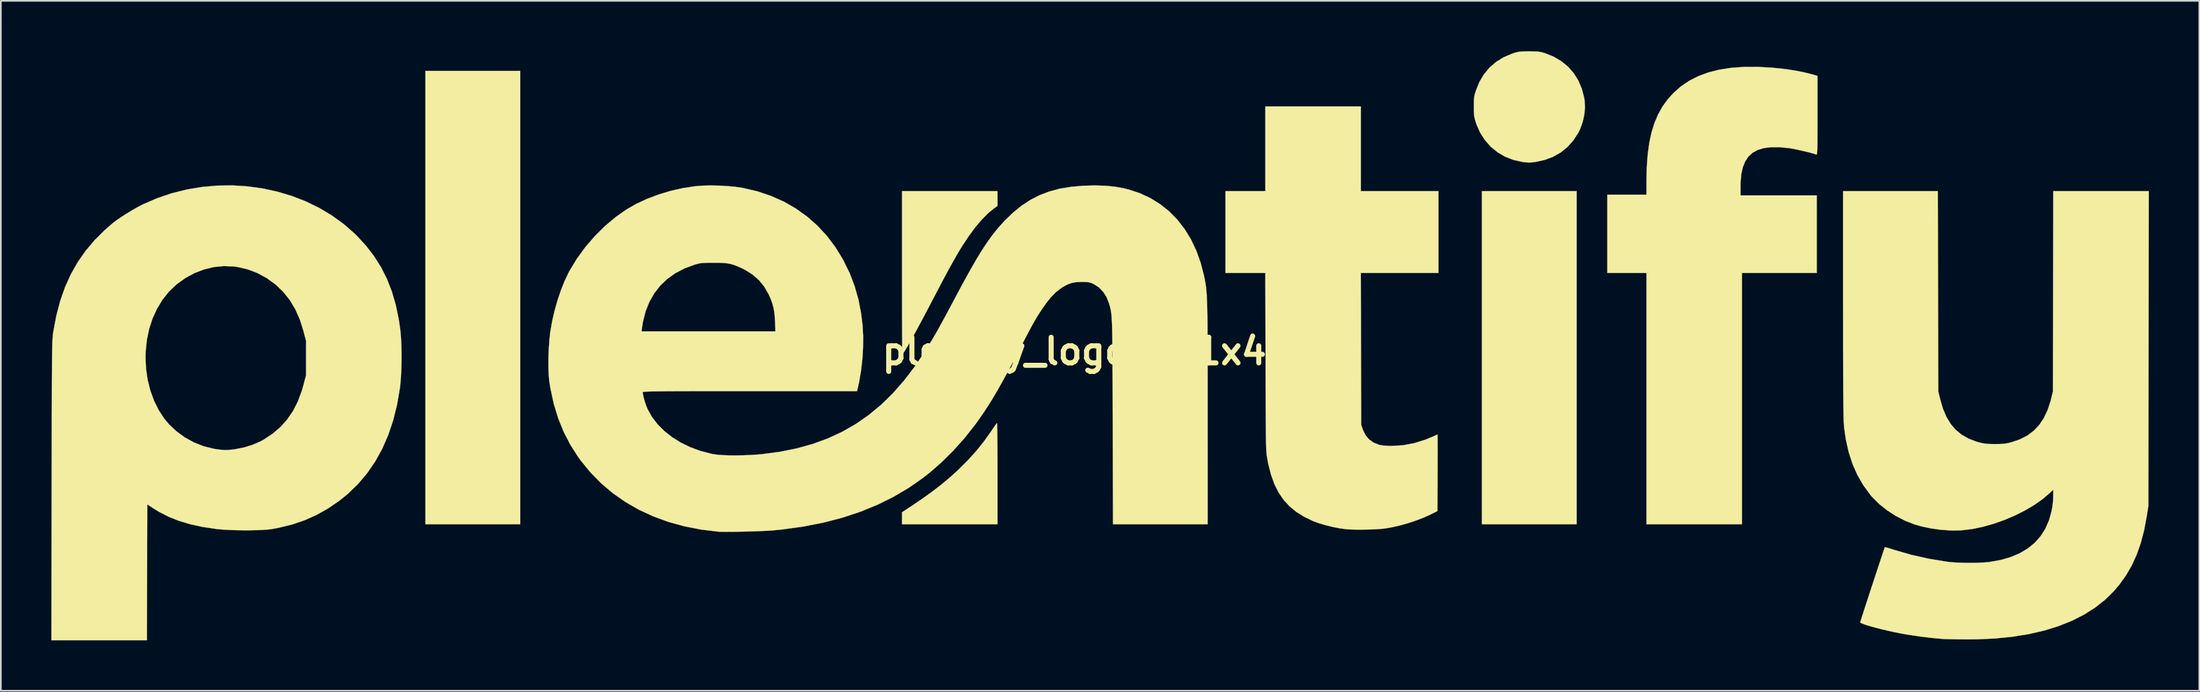
<source format=kicad_pcb>
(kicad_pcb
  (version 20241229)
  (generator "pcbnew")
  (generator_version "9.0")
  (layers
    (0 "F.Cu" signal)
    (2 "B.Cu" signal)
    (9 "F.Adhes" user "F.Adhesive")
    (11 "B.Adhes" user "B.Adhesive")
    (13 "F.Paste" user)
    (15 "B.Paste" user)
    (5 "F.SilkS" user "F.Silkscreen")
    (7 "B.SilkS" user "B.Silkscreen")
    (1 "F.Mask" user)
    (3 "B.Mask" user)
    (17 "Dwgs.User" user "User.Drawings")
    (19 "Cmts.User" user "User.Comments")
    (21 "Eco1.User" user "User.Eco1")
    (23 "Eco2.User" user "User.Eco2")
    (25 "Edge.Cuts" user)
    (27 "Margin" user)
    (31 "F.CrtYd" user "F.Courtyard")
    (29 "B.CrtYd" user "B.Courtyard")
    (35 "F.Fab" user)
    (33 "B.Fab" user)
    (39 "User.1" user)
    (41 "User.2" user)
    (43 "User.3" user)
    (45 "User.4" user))
  (footprint "plentify_logo_131x42"
    (layer "F.Cu")
    (at 61.518 17.845)
    (property "Reference" "plentify_logo_131x42" (at 0 0 0) (layer "F.SilkS") (effects (font (size 1.524 1.524) (thickness 0.3))))
    (attr through_hole)
    (fp_poly (pts (xy -33.655 10.287) (xy -39.285 10.287) (xy -39.285 -16.679) (xy -33.655 -16.679) (xy -33.655 10.287)) (stroke (width 0.01) (type solid)) (fill yes) (layer "F.SilkS"))
    (fp_poly (pts (xy 29.125 10.287) (xy 23.495 10.287) (xy 23.495 -9.525) (xy 29.125 -9.525) (xy 29.125 10.287)) (stroke (width 0.01) (type solid)) (fill yes) (layer "F.SilkS"))
    (fp_poly (pts (xy -5.318 4.317) (xy -5.313 4.436) (xy -5.309 4.627) (xy -5.304 4.881) (xy -5.301 5.194) (xy -5.297 5.558) (xy -5.295 5.965) (xy -5.293 6.411) (xy -5.292 6.887) (xy -5.292 7.281) (xy -5.292 10.287) (xy -10.964 10.287) (xy -10.964 9.575) (xy -10.415 9.213) (xy -9.775 8.78) (xy -9.2 8.368) (xy -8.677 7.966) (xy -8.192 7.564) (xy -7.733 7.152) (xy -7.572 6.999) (xy -7.02 6.446) (xy -6.531 5.903) (xy -6.09 5.352) (xy -5.679 4.774) (xy -5.567 4.604) (xy -5.471 4.46) (xy -5.39 4.349) (xy -5.336 4.285) (xy -5.323 4.276) (xy -5.318 4.317)) (stroke (width 0.01) (type solid)) (fill yes) (layer "F.SilkS"))
    (fp_poly (pts (xy -5.292 -8.65) (xy -5.488 -8.51) (xy -5.847 -8.216) (xy -6.219 -7.841) (xy -6.601 -7.39) (xy -6.99 -6.865) (xy -7.385 -6.269) (xy -7.543 -6.011) (xy -7.687 -5.77) (xy -7.84 -5.503) (xy -8.008 -5.205) (xy -8.193 -4.867) (xy -8.4 -4.482) (xy -8.634 -4.042) (xy -8.897 -3.54) (xy -9.139 -3.078) (xy -9.431 -2.519) (xy -9.704 -2.002) (xy -9.955 -1.532) (xy -10.183 -1.111) (xy -10.385 -0.743) (xy -10.56 -0.432) (xy -10.706 -0.182) (xy -10.819 0.004) (xy -10.9 0.122) (xy -10.944 0.169) (xy -10.947 0.169) (xy -10.949 0.128) (xy -10.951 0.007) (xy -10.953 -0.188) (xy -10.955 -0.452) (xy -10.957 -0.779) (xy -10.959 -1.164) (xy -10.96 -1.602) (xy -10.962 -2.088) (xy -10.963 -2.616) (xy -10.963 -3.181) (xy -10.964 -3.778) (xy -10.964 -4.401) (xy -10.964 -4.678) (xy -10.964 -9.525) (xy -5.292 -9.525) (xy -5.292 -8.65)) (stroke (width 0.01) (type solid)) (fill yes) (layer "F.SilkS"))
    (fp_poly (pts (xy 26.31 -17.84) (xy 26.56 -17.838) (xy 26.748 -17.831) (xy 26.898 -17.816) (xy 27.033 -17.79) (xy 27.176 -17.75) (xy 27.263 -17.722) (xy 27.773 -17.516) (xy 28.227 -17.246) (xy 28.623 -16.917) (xy 28.958 -16.531) (xy 29.23 -16.092) (xy 29.435 -15.603) (xy 29.572 -15.066) (xy 29.598 -14.903) (xy 29.619 -14.505) (xy 29.579 -14.077) (xy 29.483 -13.645) (xy 29.336 -13.232) (xy 29.221 -12.996) (xy 28.926 -12.542) (xy 28.578 -12.152) (xy 28.176 -11.828) (xy 27.724 -11.571) (xy 27.222 -11.382) (xy 26.683 -11.264) (xy 26.48 -11.237) (xy 26.318 -11.226) (xy 26.16 -11.232) (xy 25.969 -11.254) (xy 25.896 -11.265) (xy 25.366 -11.383) (xy 24.875 -11.574) (xy 24.427 -11.835) (xy 24.028 -12.16) (xy 23.684 -12.545) (xy 23.398 -12.986) (xy 23.178 -13.478) (xy 23.128 -13.626) (xy 23.079 -13.79) (xy 23.047 -13.932) (xy 23.027 -14.078) (xy 23.017 -14.252) (xy 23.014 -14.479) (xy 23.014 -14.563) (xy 23.016 -14.809) (xy 23.024 -14.995) (xy 23.041 -15.145) (xy 23.069 -15.284) (xy 23.113 -15.435) (xy 23.132 -15.494) (xy 23.34 -16.01) (xy 23.61 -16.468) (xy 23.94 -16.868) (xy 24.331 -17.208) (xy 24.78 -17.486) (xy 25.287 -17.703) (xy 25.4 -17.741) (xy 25.546 -17.783) (xy 25.683 -17.812) (xy 25.834 -17.829) (xy 26.02 -17.838) (xy 26.266 -17.84) (xy 26.31 -17.84)) (stroke (width 0.01) (type solid)) (fill yes) (layer "F.SilkS"))
    (fp_poly (pts (xy 40.774 -16.866) (xy 41.19 -16.826) (xy 41.671 -16.766) (xy 42.155 -16.688) (xy 42.617 -16.596) (xy 43.034 -16.496) (xy 43.296 -16.42) (xy 43.434 -16.376) (xy 43.434 -14.026) (xy 43.434 -13.52) (xy 43.433 -13.092) (xy 43.432 -12.736) (xy 43.43 -12.446) (xy 43.428 -12.214) (xy 43.424 -12.035) (xy 43.418 -11.902) (xy 43.411 -11.809) (xy 43.402 -11.749) (xy 43.392 -11.716) (xy 43.379 -11.702) (xy 43.363 -11.703) (xy 43.36 -11.704) (xy 43.226 -11.749) (xy 43.029 -11.805) (xy 42.789 -11.866) (xy 42.526 -11.928) (xy 42.26 -11.987) (xy 42.011 -12.038) (xy 41.799 -12.076) (xy 41.722 -12.087) (xy 41.167 -12.141) (xy 40.678 -12.141) (xy 40.251 -12.087) (xy 39.886 -11.977) (xy 39.58 -11.81) (xy 39.331 -11.582) (xy 39.137 -11.294) (xy 38.996 -10.944) (xy 38.906 -10.529) (xy 38.865 -10.049) (xy 38.862 -9.857) (xy 38.862 -9.271) (xy 43.392 -9.271) (xy 43.392 -4.657) (xy 38.947 -4.657) (xy 38.947 10.287) (xy 33.274 10.287) (xy 33.274 -4.657) (xy 30.946 -4.657) (xy 30.946 -9.313) (xy 33.274 -9.313) (xy 33.274 -10.149) (xy 33.292 -10.967) (xy 33.346 -11.712) (xy 33.439 -12.391) (xy 33.571 -13.01) (xy 33.745 -13.572) (xy 33.961 -14.085) (xy 34.223 -14.553) (xy 34.531 -14.981) (xy 34.881 -15.369) (xy 35.321 -15.757) (xy 35.81 -16.089) (xy 36.35 -16.364) (xy 36.943 -16.584) (xy 37.591 -16.749) (xy 38.296 -16.859) (xy 39.06 -16.915) (xy 39.885 -16.917) (xy 40.774 -16.866)) (stroke (width 0.01) (type solid)) (fill yes) (layer "F.SilkS"))
    (fp_poly (pts (xy 16.298 -9.525) (xy 20.913 -9.525) (xy 20.913 -4.657) (xy 16.297 -4.657) (xy 16.308 -0.138) (xy 16.32 4.381) (xy 16.42 4.666) (xy 16.572 4.982) (xy 16.782 5.236) (xy 17.049 5.429) (xy 17.376 5.561) (xy 17.409 5.57) (xy 17.562 5.597) (xy 17.775 5.618) (xy 18.024 5.629) (xy 18.142 5.63) (xy 18.812 5.589) (xy 19.48 5.463) (xy 20.146 5.253) (xy 20.548 5.086) (xy 20.689 5.022) (xy 20.798 4.975) (xy 20.853 4.954) (xy 20.855 4.953) (xy 20.858 4.994) (xy 20.86 5.112) (xy 20.862 5.299) (xy 20.863 5.548) (xy 20.864 5.85) (xy 20.863 6.199) (xy 20.863 6.585) (xy 20.861 7.003) (xy 20.86 7.228) (xy 20.849 9.504) (xy 20.405 9.725) (xy 20.03 9.894) (xy 19.597 10.06) (xy 19.132 10.215) (xy 18.663 10.349) (xy 18.216 10.454) (xy 18.098 10.477) (xy 17.853 10.52) (xy 17.628 10.551) (xy 17.398 10.574) (xy 17.141 10.589) (xy 16.834 10.6) (xy 16.637 10.604) (xy 16.347 10.607) (xy 16.061 10.607) (xy 15.799 10.602) (xy 15.581 10.595) (xy 15.427 10.584) (xy 15.425 10.584) (xy 15.033 10.529) (xy 14.615 10.446) (xy 14.196 10.343) (xy 13.805 10.226) (xy 13.469 10.102) (xy 13.441 10.091) (xy 12.913 9.834) (xy 12.45 9.541) (xy 12.047 9.206) (xy 11.7 8.825) (xy 11.407 8.391) (xy 11.162 7.899) (xy 10.962 7.344) (xy 10.803 6.721) (xy 10.725 6.308) (xy 10.713 6.236) (xy 10.704 6.157) (xy 10.695 6.067) (xy 10.687 5.96) (xy 10.679 5.831) (xy 10.673 5.677) (xy 10.668 5.492) (xy 10.663 5.271) (xy 10.659 5.01) (xy 10.655 4.705) (xy 10.652 4.349) (xy 10.649 3.939) (xy 10.646 3.47) (xy 10.644 2.937) (xy 10.642 2.335) (xy 10.639 1.66) (xy 10.637 0.906) (xy 10.637 0.603) (xy 10.623 -4.657) (xy 8.255 -4.657) (xy 8.255 -9.525) (xy 10.626 -9.525) (xy 10.626 -14.563) (xy 16.298 -14.563) (xy 16.298 -9.525)) (stroke (width 0.01) (type solid)) (fill yes) (layer "F.SilkS"))
    (fp_poly (pts (xy -49.849 -9.809) (xy -48.954 -9.685) (xy -48.075 -9.493) (xy -47.22 -9.236) (xy -46.392 -8.914) (xy -45.599 -8.527) (xy -44.846 -8.077) (xy -44.14 -7.565) (xy -43.485 -6.991) (xy -43.371 -6.879) (xy -42.82 -6.28) (xy -42.338 -5.655) (xy -41.923 -4.996) (xy -41.572 -4.298) (xy -41.282 -3.554) (xy -41.05 -2.758) (xy -40.873 -1.905) (xy -40.783 -1.291) (xy -40.745 -0.899) (xy -40.72 -0.444) (xy -40.708 0.049) (xy -40.707 0.56) (xy -40.719 1.067) (xy -40.743 1.546) (xy -40.779 1.977) (xy -40.803 2.18) (xy -40.971 3.167) (xy -41.201 4.096) (xy -41.493 4.969) (xy -41.847 5.784) (xy -42.264 6.541) (xy -42.743 7.242) (xy -43.283 7.884) (xy -43.886 8.47) (xy -44.386 8.876) (xy -45.053 9.336) (xy -45.737 9.723) (xy -46.45 10.043) (xy -47.203 10.3) (xy -48.008 10.499) (xy -48.387 10.57) (xy -48.624 10.601) (xy -48.929 10.624) (xy -49.286 10.639) (xy -49.68 10.647) (xy -50.093 10.648) (xy -50.511 10.642) (xy -50.916 10.628) (xy -51.293 10.608) (xy -51.626 10.58) (xy -51.731 10.568) (xy -52.534 10.447) (xy -53.269 10.286) (xy -53.942 10.083) (xy -54.562 9.835) (xy -55.136 9.54) (xy -55.457 9.342) (xy -55.816 9.105) (xy -55.838 17.187) (xy -61.513 17.187) (xy -61.499 8.287) (xy -61.497 7.265) (xy -61.495 6.324) (xy -61.494 5.46) (xy -61.492 4.671) (xy -61.491 3.952) (xy -61.489 3.299) (xy -61.487 2.71) (xy -61.486 2.18) (xy -61.484 1.706) (xy -61.481 1.284) (xy -61.479 0.912) (xy -61.476 0.584) (xy -61.474 0.381) (xy -55.922 0.381) (xy -55.888 1.056) (xy -55.79 1.714) (xy -55.631 2.346) (xy -55.414 2.942) (xy -55.142 3.494) (xy -54.82 3.99) (xy -54.541 4.327) (xy -54.088 4.756) (xy -53.585 5.124) (xy -53.041 5.423) (xy -52.465 5.65) (xy -51.868 5.798) (xy -51.731 5.821) (xy -51.455 5.857) (xy -51.226 5.873) (xy -51.01 5.87) (xy -50.77 5.848) (xy -50.588 5.824) (xy -50.057 5.718) (xy -49.542 5.557) (xy -49.069 5.349) (xy -48.899 5.256) (xy -48.367 4.904) (xy -47.9 4.503) (xy -47.496 4.051) (xy -47.151 3.542) (xy -46.863 2.975) (xy -46.63 2.345) (xy -46.536 2.014) (xy -46.38 1.418) (xy -46.38 -0.614) (xy -46.535 -1.207) (xy -46.745 -1.876) (xy -47.012 -2.483) (xy -47.335 -3.028) (xy -47.716 -3.513) (xy -48.156 -3.94) (xy -48.204 -3.98) (xy -48.722 -4.356) (xy -49.273 -4.654) (xy -49.853 -4.875) (xy -50.457 -5.015) (xy -50.684 -5.046) (xy -51.268 -5.069) (xy -51.852 -5.011) (xy -52.43 -4.874) (xy -52.992 -4.659) (xy -53.53 -4.371) (xy -54.037 -4.011) (xy -54.1 -3.959) (xy -54.536 -3.542) (xy -54.916 -3.063) (xy -55.24 -2.53) (xy -55.504 -1.949) (xy -55.706 -1.325) (xy -55.843 -0.665) (xy -55.913 0.025) (xy -55.922 0.381) (xy -61.474 0.381) (xy -61.473 0.298) (xy -61.469 0.05) (xy -61.465 -0.164) (xy -61.461 -0.347) (xy -61.456 -0.503) (xy -61.45 -0.635) (xy -61.444 -0.747) (xy -61.437 -0.842) (xy -61.43 -0.925) (xy -61.422 -0.999) (xy -61.413 -1.067) (xy -61.404 -1.133) (xy -61.396 -1.185) (xy -61.219 -2.125) (xy -60.988 -3.002) (xy -60.701 -3.821) (xy -60.355 -4.587) (xy -59.947 -5.306) (xy -59.475 -5.982) (xy -58.935 -6.62) (xy -58.326 -7.225) (xy -57.89 -7.604) (xy -57.662 -7.779) (xy -57.377 -7.976) (xy -57.057 -8.183) (xy -56.723 -8.387) (xy -56.394 -8.573) (xy -56.092 -8.73) (xy -56.079 -8.737) (xy -55.234 -9.104) (xy -54.364 -9.399) (xy -53.475 -9.621) (xy -52.574 -9.773) (xy -51.664 -9.854) (xy -50.754 -9.866) (xy -49.849 -9.809)) (stroke (width 0.01) (type solid)) (fill yes) (layer "F.SilkS"))
    (fp_poly (pts (xy 50.6 -3.567) (xy 50.615 2.392) (xy 50.727 2.857) (xy 50.89 3.415) (xy 51.096 3.9) (xy 51.348 4.318) (xy 51.648 4.67) (xy 51.999 4.961) (xy 52.405 5.193) (xy 52.868 5.371) (xy 52.99 5.406) (xy 53.186 5.455) (xy 53.358 5.488) (xy 53.535 5.508) (xy 53.745 5.517) (xy 53.975 5.52) (xy 54.234 5.518) (xy 54.436 5.508) (xy 54.609 5.488) (xy 54.781 5.455) (xy 54.97 5.407) (xy 55.467 5.238) (xy 55.905 5.012) (xy 56.287 4.726) (xy 56.614 4.379) (xy 56.889 3.967) (xy 57.114 3.489) (xy 57.291 2.943) (xy 57.324 2.813) (xy 57.425 2.392) (xy 57.437 -3.567) (xy 57.449 -9.525) (xy 63.122 -9.525) (xy 63.096 9.207) (xy 63 9.818) (xy 62.846 10.641) (xy 62.649 11.397) (xy 62.405 12.092) (xy 62.113 12.734) (xy 61.768 13.33) (xy 61.368 13.888) (xy 61.057 14.254) (xy 60.531 14.774) (xy 59.937 15.244) (xy 59.278 15.662) (xy 58.555 16.029) (xy 57.768 16.345) (xy 56.919 16.608) (xy 56.009 16.819) (xy 55.04 16.977) (xy 54.012 17.082) (xy 52.927 17.133) (xy 52.24 17.137) (xy 51.941 17.134) (xy 51.655 17.131) (xy 51.398 17.127) (xy 51.187 17.122) (xy 51.036 17.118) (xy 50.99 17.116) (xy 50.704 17.096) (xy 50.355 17.063) (xy 49.966 17.019) (xy 49.557 16.967) (xy 49.151 16.91) (xy 48.769 16.851) (xy 48.431 16.792) (xy 48.366 16.78) (xy 48 16.705) (xy 47.638 16.626) (xy 47.289 16.543) (xy 46.961 16.461) (xy 46.665 16.381) (xy 46.41 16.306) (xy 46.205 16.238) (xy 46.059 16.181) (xy 45.983 16.137) (xy 45.974 16.121) (xy 45.987 16.076) (xy 46.023 15.959) (xy 46.08 15.78) (xy 46.155 15.547) (xy 46.245 15.269) (xy 46.347 14.956) (xy 46.458 14.615) (xy 46.575 14.257) (xy 46.695 13.89) (xy 46.816 13.522) (xy 46.933 13.164) (xy 47.046 12.823) (xy 47.149 12.509) (xy 47.242 12.23) (xy 47.32 11.996) (xy 47.38 11.815) (xy 47.421 11.697) (xy 47.439 11.649) (xy 47.439 11.649) (xy 47.48 11.657) (xy 47.587 11.686) (xy 47.746 11.734) (xy 47.943 11.796) (xy 48.043 11.828) (xy 49.03 12.111) (xy 50.054 12.341) (xy 51.081 12.509) (xy 51.287 12.535) (xy 51.547 12.558) (xy 51.864 12.574) (xy 52.216 12.583) (xy 52.581 12.585) (xy 52.938 12.579) (xy 53.264 12.567) (xy 53.537 12.547) (xy 53.636 12.536) (xy 54.304 12.418) (xy 54.909 12.244) (xy 55.451 12.015) (xy 55.928 11.732) (xy 56.342 11.394) (xy 56.691 11.002) (xy 56.975 10.556) (xy 57.193 10.057) (xy 57.346 9.505) (xy 57.355 9.461) (xy 57.4 9.187) (xy 57.432 8.903) (xy 57.446 8.649) (xy 57.446 8.612) (xy 57.446 8.228) (xy 57.245 8.423) (xy 56.82 8.787) (xy 56.325 9.136) (xy 55.774 9.463) (xy 55.179 9.762) (xy 54.556 10.028) (xy 53.917 10.255) (xy 53.276 10.437) (xy 52.647 10.569) (xy 52.043 10.644) (xy 51.88 10.655) (xy 51.325 10.657) (xy 50.738 10.614) (xy 50.148 10.531) (xy 49.586 10.41) (xy 49.212 10.302) (xy 48.642 10.079) (xy 48.089 9.794) (xy 47.569 9.458) (xy 47.096 9.08) (xy 46.687 8.67) (xy 46.573 8.537) (xy 46.157 7.965) (xy 45.805 7.356) (xy 45.517 6.702) (xy 45.289 6) (xy 45.12 5.243) (xy 45.021 4.559) (xy 45.013 4.473) (xy 45.005 4.369) (xy 44.998 4.245) (xy 44.992 4.094) (xy 44.986 3.915) (xy 44.981 3.702) (xy 44.977 3.452) (xy 44.973 3.161) (xy 44.97 2.824) (xy 44.967 2.438) (xy 44.965 1.999) (xy 44.963 1.502) (xy 44.962 0.944) (xy 44.96 0.321) (xy 44.959 -0.371) (xy 44.959 -1.137) (xy 44.959 -1.98) (xy 44.958 -2.762) (xy 44.958 -9.525) (xy 50.585 -9.525) (xy 50.6 -3.567)) (stroke (width 0.01) (type solid)) (fill yes) (layer "F.SilkS"))
    (fp_poly (pts (xy 1.111 -9.846) (xy 1.669 -9.792) (xy 2.195 -9.699) (xy 2.495 -9.625) (xy 3.169 -9.402) (xy 3.799 -9.108) (xy 4.381 -8.746) (xy 4.915 -8.317) (xy 5.398 -7.825) (xy 5.828 -7.27) (xy 6.204 -6.657) (xy 6.522 -5.987) (xy 6.781 -5.262) (xy 6.97 -4.53) (xy 6.999 -4.394) (xy 7.025 -4.266) (xy 7.049 -4.142) (xy 7.07 -4.016) (xy 7.09 -3.885) (xy 7.107 -3.744) (xy 7.122 -3.589) (xy 7.135 -3.416) (xy 7.147 -3.22) (xy 7.157 -2.997) (xy 7.166 -2.743) (xy 7.173 -2.453) (xy 7.179 -2.123) (xy 7.184 -1.749) (xy 7.187 -1.326) (xy 7.19 -0.851) (xy 7.193 -0.318) (xy 7.194 0.276) (xy 7.195 0.937) (xy 7.196 1.667) (xy 7.196 2.472) (xy 7.196 3.355) (xy 7.196 3.694) (xy 7.197 10.287) (xy 1.571 10.287) (xy 1.554 4.18) (xy 1.551 3.326) (xy 1.549 2.552) (xy 1.547 1.854) (xy 1.545 1.227) (xy 1.542 0.667) (xy 1.539 0.169) (xy 1.536 -0.27) (xy 1.532 -0.655) (xy 1.527 -0.991) (xy 1.521 -1.282) (xy 1.514 -1.533) (xy 1.506 -1.747) (xy 1.497 -1.93) (xy 1.486 -2.085) (xy 1.473 -2.218) (xy 1.459 -2.332) (xy 1.442 -2.432) (xy 1.424 -2.523) (xy 1.403 -2.608) (xy 1.381 -2.693) (xy 1.355 -2.781) (xy 1.333 -2.857) (xy 1.19 -3.221) (xy 0.99 -3.538) (xy 0.739 -3.797) (xy 0.446 -3.989) (xy 0.407 -4.008) (xy 0.279 -4.063) (xy 0.166 -4.098) (xy 0.043 -4.117) (xy -0.117 -4.125) (xy -0.296 -4.126) (xy -0.619 -4.112) (xy -0.892 -4.063) (xy -1.145 -3.97) (xy -1.407 -3.825) (xy -1.536 -3.741) (xy -1.824 -3.513) (xy -2.111 -3.222) (xy -2.401 -2.862) (xy -2.641 -2.519) (xy -2.755 -2.345) (xy -2.859 -2.182) (xy -2.96 -2.019) (xy -3.061 -1.849) (xy -3.168 -1.661) (xy -3.286 -1.447) (xy -3.42 -1.197) (xy -3.575 -0.903) (xy -3.756 -0.555) (xy -3.969 -0.144) (xy -4.061 0.036) (xy -4.412 0.71) (xy -4.735 1.316) (xy -5.033 1.862) (xy -5.314 2.356) (xy -5.581 2.809) (xy -5.841 3.227) (xy -6.098 3.621) (xy -6.358 3.999) (xy -6.626 4.371) (xy -6.667 4.426) (xy -7.262 5.177) (xy -7.909 5.899) (xy -8.591 6.577) (xy -9.293 7.195) (xy -9.694 7.512) (xy -10.555 8.114) (xy -11.466 8.653) (xy -12.428 9.13) (xy -13.444 9.545) (xy -14.514 9.899) (xy -15.64 10.192) (xy -16.823 10.424) (xy -18.064 10.596) (xy -18.584 10.649) (xy -18.793 10.665) (xy -19.061 10.68) (xy -19.374 10.694) (xy -19.718 10.707) (xy -20.079 10.718) (xy -20.445 10.727) (xy -20.799 10.734) (xy -21.13 10.738) (xy -21.423 10.739) (xy -21.665 10.737) (xy -21.84 10.731) (xy -21.886 10.728) (xy -22.919 10.603) (xy -23.908 10.409) (xy -24.853 10.147) (xy -25.751 9.819) (xy -26.6 9.425) (xy -27.399 8.967) (xy -28.146 8.444) (xy -28.838 7.86) (xy -29.474 7.213) (xy -30.052 6.506) (xy -30.211 6.287) (xy -30.677 5.557) (xy -31.072 4.79) (xy -31.4 3.982) (xy -31.66 3.127) (xy -31.856 2.221) (xy -31.926 1.778) (xy -31.957 1.464) (xy -31.976 1.086) (xy -31.98 0.663) (xy -31.973 0.216) (xy -31.952 -0.237) (xy -31.92 -0.675) (xy -31.876 -1.079) (xy -31.862 -1.185) (xy -26.444 -1.185) (xy -18.489 -1.185) (xy -18.511 -1.767) (xy -18.538 -2.177) (xy -18.59 -2.531) (xy -18.673 -2.856) (xy -18.794 -3.178) (xy -18.9 -3.408) (xy -19.157 -3.85) (xy -19.466 -4.23) (xy -19.833 -4.554) (xy -20.266 -4.828) (xy -20.426 -4.91) (xy -20.689 -5.032) (xy -20.919 -5.124) (xy -21.136 -5.189) (xy -21.359 -5.232) (xy -21.611 -5.256) (xy -21.911 -5.266) (xy -22.183 -5.267) (xy -22.459 -5.265) (xy -22.67 -5.26) (xy -22.834 -5.25) (xy -22.969 -5.233) (xy -23.095 -5.207) (xy -23.231 -5.17) (xy -23.304 -5.148) (xy -23.901 -4.927) (xy -24.439 -4.644) (xy -24.917 -4.303) (xy -25.334 -3.904) (xy -25.688 -3.45) (xy -25.978 -2.942) (xy -26.202 -2.382) (xy -26.359 -1.771) (xy -26.428 -1.323) (xy -26.444 -1.185) (xy -31.862 -1.185) (xy -31.757 -1.787) (xy -31.614 -2.406) (xy -31.44 -3.023) (xy -31.24 -3.618) (xy -31.02 -4.172) (xy -30.788 -4.666) (xy -30.725 -4.784) (xy -30.287 -5.506) (xy -29.782 -6.199) (xy -29.22 -6.852) (xy -28.612 -7.455) (xy -27.967 -7.996) (xy -27.335 -8.439) (xy -26.755 -8.77) (xy -26.113 -9.068) (xy -25.425 -9.328) (xy -24.71 -9.543) (xy -23.984 -9.707) (xy -23.267 -9.816) (xy -23.162 -9.827) (xy -22.751 -9.854) (xy -22.29 -9.862) (xy -21.805 -9.852) (xy -21.322 -9.825) (xy -20.867 -9.782) (xy -20.467 -9.724) (xy -20.426 -9.717) (xy -19.569 -9.516) (xy -18.757 -9.244) (xy -17.991 -8.902) (xy -17.274 -8.491) (xy -16.606 -8.013) (xy -15.991 -7.47) (xy -15.429 -6.862) (xy -14.924 -6.191) (xy -14.475 -5.46) (xy -14.087 -4.669) (xy -14.063 -4.614) (xy -13.778 -3.861) (xy -13.556 -3.074) (xy -13.396 -2.243) (xy -13.31 -1.545) (xy -13.275 -0.909) (xy -13.28 -0.226) (xy -13.324 0.48) (xy -13.405 1.182) (xy -13.521 1.856) (xy -13.613 2.261) (xy -13.641 2.371) (xy -20.007 2.371) (xy -20.87 2.371) (xy -21.653 2.371) (xy -22.358 2.371) (xy -22.991 2.372) (xy -23.554 2.373) (xy -24.053 2.374) (xy -24.49 2.376) (xy -24.869 2.378) (xy -25.195 2.38) (xy -25.472 2.383) (xy -25.703 2.386) (xy -25.892 2.39) (xy -26.043 2.395) (xy -26.161 2.4) (xy -26.248 2.406) (xy -26.309 2.412) (xy -26.348 2.42) (xy -26.368 2.428) (xy -26.374 2.436) (xy -26.358 2.577) (xy -26.315 2.77) (xy -26.252 2.991) (xy -26.176 3.216) (xy -26.094 3.421) (xy -26.078 3.456) (xy -25.819 3.917) (xy -25.485 4.35) (xy -25.084 4.75) (xy -24.623 5.113) (xy -24.108 5.433) (xy -23.548 5.706) (xy -22.948 5.927) (xy -22.317 6.092) (xy -22.162 6.122) (xy -21.912 6.156) (xy -21.594 6.179) (xy -21.224 6.192) (xy -20.818 6.195) (xy -20.391 6.187) (xy -19.96 6.17) (xy -19.541 6.142) (xy -19.287 6.119) (xy -18.229 5.979) (xy -17.227 5.778) (xy -16.278 5.514) (xy -15.378 5.186) (xy -14.524 4.79) (xy -13.714 4.326) (xy -12.944 3.791) (xy -12.212 3.184) (xy -11.514 2.503) (xy -10.847 1.745) (xy -10.209 0.91) (xy -9.667 0.106) (xy -9.506 -0.149) (xy -9.355 -0.391) (xy -9.21 -0.631) (xy -9.065 -0.877) (xy -8.914 -1.138) (xy -8.753 -1.425) (xy -8.577 -1.746) (xy -8.379 -2.111) (xy -8.155 -2.529) (xy -7.9 -3.009) (xy -7.789 -3.217) (xy -7.439 -3.873) (xy -7.119 -4.459) (xy -6.827 -4.982) (xy -6.558 -5.448) (xy -6.307 -5.864) (xy -6.069 -6.236) (xy -5.842 -6.572) (xy -5.62 -6.877) (xy -5.399 -7.16) (xy -5.175 -7.426) (xy -4.944 -7.682) (xy -4.856 -7.774) (xy -4.366 -8.25) (xy -3.865 -8.657) (xy -3.346 -9) (xy -2.801 -9.281) (xy -2.222 -9.502) (xy -1.601 -9.669) (xy -0.931 -9.782) (xy -0.203 -9.846) (xy 0.499 -9.864) (xy 1.111 -9.846)) (stroke (width 0.01) (type solid)) (fill yes) (layer "F.SilkS")))
  (gr_rect
    (start -3 -3)
    (end 127.644 38.037)
    (stroke (width 0.1) (type default))
    (fill no)
    (layer "Edge.Cuts")))
</source>
